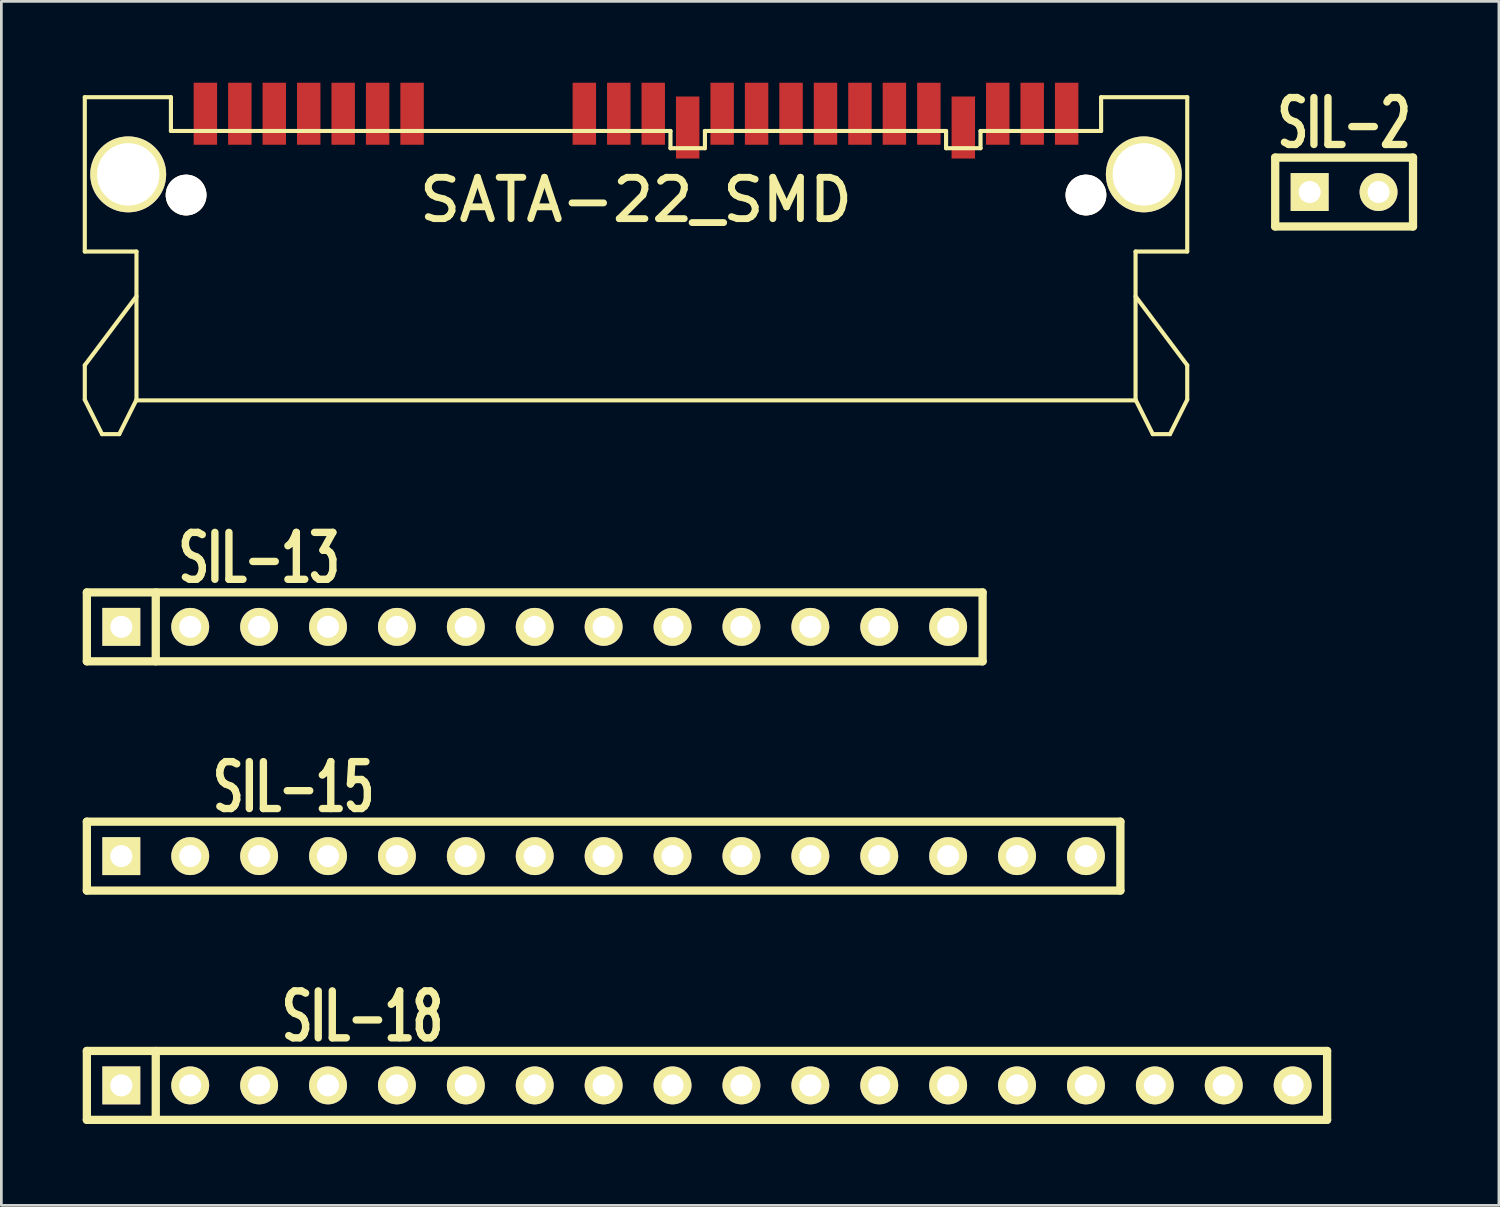
<source format=kicad_pcb>
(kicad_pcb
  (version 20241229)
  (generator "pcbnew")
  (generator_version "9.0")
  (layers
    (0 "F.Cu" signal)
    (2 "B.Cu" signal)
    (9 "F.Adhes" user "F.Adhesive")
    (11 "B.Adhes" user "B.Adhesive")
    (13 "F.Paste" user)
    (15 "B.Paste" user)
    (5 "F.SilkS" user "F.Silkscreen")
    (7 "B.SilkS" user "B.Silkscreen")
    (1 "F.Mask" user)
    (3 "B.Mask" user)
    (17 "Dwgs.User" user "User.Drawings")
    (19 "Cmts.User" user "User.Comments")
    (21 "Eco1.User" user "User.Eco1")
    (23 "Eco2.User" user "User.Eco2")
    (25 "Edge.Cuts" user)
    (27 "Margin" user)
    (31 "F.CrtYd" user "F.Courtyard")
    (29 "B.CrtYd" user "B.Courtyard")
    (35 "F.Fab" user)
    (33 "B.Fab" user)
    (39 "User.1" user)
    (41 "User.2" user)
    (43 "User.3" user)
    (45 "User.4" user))
  (footprint "SIL-2"
    (layer "F.Cu")
    (at 46.499 4.029)
    (property "Reference" "SIL-2" (at 0 -2.54 0) (layer "F.SilkS") (effects (font (size 1.73 1.087) (thickness 0.305))))
    (attr through_hole)
    (fp_line (start -2.54 -1.27) (end 2.54 -1.27) (stroke (width 0.305) (type solid)) (layer "F.SilkS"))
    (fp_line (start -2.54 1.27) (end -2.54 -1.27) (stroke (width 0.305) (type solid)) (layer "F.SilkS"))
    (fp_line (start 2.54 -1.27) (end 2.54 1.27) (stroke (width 0.305) (type solid)) (layer "F.SilkS"))
    (fp_line (start 2.54 1.27) (end -2.54 1.27) (stroke (width 0.305) (type solid)) (layer "F.SilkS"))
    (pad "1" thru_hole rect (at -1.27 0) (size 1.397 1.397) (drill 0.813) (layers "*.Cu" "*.Mask" "F.SilkS"))
    (pad "2" thru_hole circle (at 1.27 0) (size 1.397 1.397) (drill 0.813) (layers "*.Cu" "*.Mask" "F.SilkS")))
  (footprint "SIL-15"
    (layer "F.Cu")
    (at 19.202 28.51)
    (property "Reference" "SIL-15" (at -11.43 -2.54 0) (layer "F.SilkS") (effects (font (size 1.73 1.087) (thickness 0.305))))
    (attr through_hole)
    (fp_line (start -19.05 -1.27) (end 19.05 -1.27) (stroke (width 0.305) (type solid)) (layer "F.SilkS"))
    (fp_line (start -19.05 1.27) (end -19.05 -1.27) (stroke (width 0.305) (type solid)) (layer "F.SilkS"))
    (fp_line (start 19.05 -1.27) (end 19.05 1.27) (stroke (width 0.305) (type solid)) (layer "F.SilkS"))
    (fp_line (start 19.05 1.27) (end -19.05 1.27) (stroke (width 0.305) (type solid)) (layer "F.SilkS"))
    (pad "1" thru_hole rect (at -17.78 0) (size 1.397 1.397) (drill 0.813) (layers "*.Cu" "*.Mask" "F.SilkS"))
    (pad "2" thru_hole circle (at -15.24 0) (size 1.397 1.397) (drill 0.813) (layers "*.Cu" "*.Mask" "F.SilkS"))
    (pad "3" thru_hole circle (at -12.7 0) (size 1.397 1.397) (drill 0.813) (layers "*.Cu" "*.Mask" "F.SilkS"))
    (pad "4" thru_hole circle (at -10.16 0) (size 1.397 1.397) (drill 0.813) (layers "*.Cu" "*.Mask" "F.SilkS"))
    (pad "5" thru_hole circle (at -7.62 0) (size 1.397 1.397) (drill 0.813) (layers "*.Cu" "*.Mask" "F.SilkS"))
    (pad "6" thru_hole circle (at -5.08 0) (size 1.397 1.397) (drill 0.813) (layers "*.Cu" "*.Mask" "F.SilkS"))
    (pad "7" thru_hole circle (at -2.54 0) (size 1.397 1.397) (drill 0.813) (layers "*.Cu" "*.Mask" "F.SilkS"))
    (pad "8" thru_hole circle (at 0 0) (size 1.397 1.397) (drill 0.813) (layers "*.Cu" "*.Mask" "F.SilkS"))
    (pad "9" thru_hole circle (at 2.54 0) (size 1.397 1.397) (drill 0.813) (layers "*.Cu" "*.Mask" "F.SilkS"))
    (pad "10" thru_hole circle (at 5.08 0) (size 1.397 1.397) (drill 0.813) (layers "*.Cu" "*.Mask" "F.SilkS"))
    (pad "11" thru_hole circle (at 7.62 0) (size 1.397 1.397) (drill 0.813) (layers "*.Cu" "*.Mask" "F.SilkS"))
    (pad "12" thru_hole circle (at 10.16 0) (size 1.397 1.397) (drill 0.813) (layers "*.Cu" "*.Mask" "F.SilkS"))
    (pad "13" thru_hole circle (at 12.7 0) (size 1.397 1.397) (drill 0.813) (layers "*.Cu" "*.Mask" "F.SilkS"))
    (pad "14" thru_hole circle (at 15.24 0) (size 1.397 1.397) (drill 0.813) (layers "*.Cu" "*.Mask" "F.SilkS"))
    (pad "15" thru_hole circle (at 17.78 0) (size 1.397 1.397) (drill 0.813) (layers "*.Cu" "*.Mask" "F.SilkS")))
  (footprint "SIL-13"
    (layer "F.Cu")
    (at 16.662 20.059)
    (property "Reference" "SIL-13" (at -10.16 -2.54 0) (layer "F.SilkS") (effects (font (size 1.73 1.087) (thickness 0.305))))
    (attr through_hole)
    (fp_line (start -16.51 -1.27) (end 16.51 -1.27) (stroke (width 0.305) (type solid)) (layer "F.SilkS"))
    (fp_line (start -16.51 1.27) (end -16.51 -1.27) (stroke (width 0.305) (type solid)) (layer "F.SilkS"))
    (fp_line (start -13.97 -1.27) (end -13.97 1.27) (stroke (width 0.305) (type solid)) (layer "F.SilkS"))
    (fp_line (start 16.51 -1.27) (end 16.51 1.27) (stroke (width 0.305) (type solid)) (layer "F.SilkS"))
    (fp_line (start 16.51 1.27) (end -16.51 1.27) (stroke (width 0.305) (type solid)) (layer "F.SilkS"))
    (pad "1" thru_hole rect (at -15.24 0) (size 1.397 1.397) (drill 0.813) (layers "*.Cu" "*.Mask" "F.SilkS"))
    (pad "2" thru_hole circle (at -12.7 0) (size 1.397 1.397) (drill 0.813) (layers "*.Cu" "*.Mask" "F.SilkS"))
    (pad "3" thru_hole circle (at -10.16 0) (size 1.397 1.397) (drill 0.813) (layers "*.Cu" "*.Mask" "F.SilkS"))
    (pad "4" thru_hole circle (at -7.62 0) (size 1.397 1.397) (drill 0.813) (layers "*.Cu" "*.Mask" "F.SilkS"))
    (pad "5" thru_hole circle (at -5.08 0) (size 1.397 1.397) (drill 0.813) (layers "*.Cu" "*.Mask" "F.SilkS"))
    (pad "6" thru_hole circle (at -2.54 0) (size 1.397 1.397) (drill 0.813) (layers "*.Cu" "*.Mask" "F.SilkS"))
    (pad "7" thru_hole circle (at 0 0) (size 1.397 1.397) (drill 0.813) (layers "*.Cu" "*.Mask" "F.SilkS"))
    (pad "8" thru_hole circle (at 2.54 0) (size 1.397 1.397) (drill 0.813) (layers "*.Cu" "*.Mask" "F.SilkS"))
    (pad "9" thru_hole circle (at 5.08 0) (size 1.397 1.397) (drill 0.813) (layers "*.Cu" "*.Mask" "F.SilkS"))
    (pad "10" thru_hole circle (at 7.62 0) (size 1.397 1.397) (drill 0.813) (layers "*.Cu" "*.Mask" "F.SilkS"))
    (pad "11" thru_hole circle (at 10.16 0) (size 1.397 1.397) (drill 0.813) (layers "*.Cu" "*.Mask" "F.SilkS"))
    (pad "12" thru_hole circle (at 12.7 0) (size 1.397 1.397) (drill 0.813) (layers "*.Cu" "*.Mask" "F.SilkS"))
    (pad "13" thru_hole circle (at 15.24 0) (size 1.397 1.397) (drill 0.813) (layers "*.Cu" "*.Mask" "F.SilkS")))
  (footprint "SIL-18"
    (layer "F.Cu")
    (at 23.012 36.962)
    (property "Reference" "SIL-18" (at -12.7 -2.54 0) (layer "F.SilkS") (effects (font (size 1.73 1.087) (thickness 0.305))))
    (attr through_hole)
    (fp_line (start -22.86 -1.27) (end 22.86 -1.27) (stroke (width 0.305) (type solid)) (layer "F.SilkS"))
    (fp_line (start -22.86 1.27) (end -22.86 -1.27) (stroke (width 0.305) (type solid)) (layer "F.SilkS"))
    (fp_line (start -20.32 -1.27) (end -20.32 1.27) (stroke (width 0.305) (type solid)) (layer "F.SilkS"))
    (fp_line (start 22.86 -1.27) (end 22.86 1.27) (stroke (width 0.305) (type solid)) (layer "F.SilkS"))
    (fp_line (start 22.86 1.27) (end -22.86 1.27) (stroke (width 0.305) (type solid)) (layer "F.SilkS"))
    (pad "1" thru_hole rect (at -21.59 0) (size 1.397 1.397) (drill 0.813) (layers "*.Cu" "*.Mask" "F.SilkS"))
    (pad "2" thru_hole circle (at -19.05 0) (size 1.397 1.397) (drill 0.813) (layers "*.Cu" "*.Mask" "F.SilkS"))
    (pad "3" thru_hole circle (at -16.51 0) (size 1.397 1.397) (drill 0.813) (layers "*.Cu" "*.Mask" "F.SilkS"))
    (pad "4" thru_hole circle (at -13.97 0) (size 1.397 1.397) (drill 0.813) (layers "*.Cu" "*.Mask" "F.SilkS"))
    (pad "5" thru_hole circle (at -11.43 0) (size 1.397 1.397) (drill 0.813) (layers "*.Cu" "*.Mask" "F.SilkS"))
    (pad "6" thru_hole circle (at -8.89 0) (size 1.397 1.397) (drill 0.813) (layers "*.Cu" "*.Mask" "F.SilkS"))
    (pad "7" thru_hole circle (at -6.35 0) (size 1.397 1.397) (drill 0.813) (layers "*.Cu" "*.Mask" "F.SilkS"))
    (pad "8" thru_hole circle (at -3.81 0) (size 1.397 1.397) (drill 0.813) (layers "*.Cu" "*.Mask" "F.SilkS"))
    (pad "9" thru_hole circle (at -1.27 0) (size 1.397 1.397) (drill 0.813) (layers "*.Cu" "*.Mask" "F.SilkS"))
    (pad "10" thru_hole circle (at 1.27 0) (size 1.397 1.397) (drill 0.813) (layers "*.Cu" "*.Mask" "F.SilkS"))
    (pad "11" thru_hole circle (at 3.81 0) (size 1.397 1.397) (drill 0.813) (layers "*.Cu" "*.Mask" "F.SilkS"))
    (pad "12" thru_hole circle (at 6.35 0) (size 1.397 1.397) (drill 0.813) (layers "*.Cu" "*.Mask" "F.SilkS"))
    (pad "13" thru_hole circle (at 8.89 0) (size 1.397 1.397) (drill 0.813) (layers "*.Cu" "*.Mask" "F.SilkS"))
    (pad "14" thru_hole circle (at 11.43 0) (size 1.397 1.397) (drill 0.813) (layers "*.Cu" "*.Mask" "F.SilkS"))
    (pad "15" thru_hole circle (at 13.97 0) (size 1.397 1.397) (drill 0.813) (layers "*.Cu" "*.Mask" "F.SilkS"))
    (pad "16" thru_hole circle (at 16.51 0) (size 1.397 1.397) (drill 0.813) (layers "*.Cu" "*.Mask" "F.SilkS"))
    (pad "17" thru_hole circle (at 19.05 0) (size 1.397 1.397) (drill 0.813) (layers "*.Cu" "*.Mask" "F.SilkS"))
    (pad "18" thru_hole circle (at 21.59 0) (size 1.397 1.397) (drill 0.813) (layers "*.Cu" "*.Mask" "F.SilkS")))
  (footprint "SATA-22_SMD"
    (layer "F.Cu")
    (at 20.396 1.143)
    (property "Reference" "SATA-22_SMD" (at 0 3.175 0) (layer "F.SilkS") (effects (font (size 1.524 1.524) (thickness 0.254))))
    (attr through_hole)
    (fp_line (start -20.32 -0.61) (end -20.32 5.08) (stroke (width 0.152) (type solid)) (layer "F.SilkS"))
    (fp_line (start -20.32 5.08) (end -18.415 5.08) (stroke (width 0.152) (type solid)) (layer "F.SilkS"))
    (fp_line (start -20.32 9.271) (end -18.415 6.731) (stroke (width 0.152) (type solid)) (layer "F.SilkS"))
    (fp_line (start -20.32 10.541) (end -20.32 9.271) (stroke (width 0.152) (type solid)) (layer "F.SilkS"))
    (fp_line (start -19.685 11.811) (end -20.32 10.541) (stroke (width 0.152) (type solid)) (layer "F.SilkS"))
    (fp_line (start -19.05 11.811) (end -19.685 11.811) (stroke (width 0.152) (type solid)) (layer "F.SilkS"))
    (fp_line (start -18.415 5.08) (end -18.415 10.566) (stroke (width 0.152) (type solid)) (layer "F.SilkS"))
    (fp_line (start -18.415 10.541) (end -19.05 11.811) (stroke (width 0.152) (type solid)) (layer "F.SilkS"))
    (fp_line (start -18.415 10.566) (end 18.415 10.566) (stroke (width 0.152) (type solid)) (layer "F.SilkS"))
    (fp_line (start -17.145 -0.61) (end -20.32 -0.61) (stroke (width 0.152) (type solid)) (layer "F.SilkS"))
    (fp_line (start -17.145 -0.61) (end -17.145 0.635) (stroke (width 0.152) (type solid)) (layer "F.SilkS"))
    (fp_line (start -17.145 0.635) (end 1.27 0.635) (stroke (width 0.152) (type solid)) (layer "F.SilkS"))
    (fp_line (start 1.27 0.635) (end 1.27 1.27) (stroke (width 0.152) (type solid)) (layer "F.SilkS"))
    (fp_line (start 1.27 1.27) (end 2.54 1.27) (stroke (width 0.152) (type solid)) (layer "F.SilkS"))
    (fp_line (start 2.54 0.635) (end 11.43 0.635) (stroke (width 0.152) (type solid)) (layer "F.SilkS"))
    (fp_line (start 2.54 1.27) (end 2.54 0.635) (stroke (width 0.152) (type solid)) (layer "F.SilkS"))
    (fp_line (start 11.43 0.635) (end 11.43 1.27) (stroke (width 0.152) (type solid)) (layer "F.SilkS"))
    (fp_line (start 11.43 1.27) (end 12.7 1.27) (stroke (width 0.152) (type solid)) (layer "F.SilkS"))
    (fp_line (start 12.7 0.635) (end 17.145 0.635) (stroke (width 0.152) (type solid)) (layer "F.SilkS"))
    (fp_line (start 12.7 1.27) (end 12.7 0.635) (stroke (width 0.152) (type solid)) (layer "F.SilkS"))
    (fp_line (start 17.145 -0.61) (end 17.145 0.635) (stroke (width 0.152) (type solid)) (layer "F.SilkS"))
    (fp_line (start 18.415 5.08) (end 20.32 5.08) (stroke (width 0.152) (type solid)) (layer "F.SilkS"))
    (fp_line (start 18.415 10.541) (end 19.05 11.811) (stroke (width 0.152) (type solid)) (layer "F.SilkS"))
    (fp_line (start 18.415 10.566) (end 18.415 5.08) (stroke (width 0.152) (type solid)) (layer "F.SilkS"))
    (fp_line (start 19.05 11.811) (end 19.685 11.811) (stroke (width 0.152) (type solid)) (layer "F.SilkS"))
    (fp_line (start 19.685 11.811) (end 20.32 10.541) (stroke (width 0.152) (type solid)) (layer "F.SilkS"))
    (fp_line (start 20.32 -0.61) (end 17.145 -0.61) (stroke (width 0.152) (type solid)) (layer "F.SilkS"))
    (fp_line (start 20.32 5.08) (end 20.32 -0.61) (stroke (width 0.152) (type solid)) (layer "F.SilkS"))
    (fp_line (start 20.32 9.271) (end 18.415 6.731) (stroke (width 0.152) (type solid)) (layer "F.SilkS"))
    (fp_line (start 20.32 10.541) (end 20.32 9.271) (stroke (width 0.152) (type solid)) (layer "F.SilkS"))
    (pad "" thru_hole circle (at -18.72 2.235) (size 2.799 2.799) (drill 2.301) (layers "*.Cu" "*.Mask" "F.SilkS"))
    (pad "" thru_hole circle (at -16.586 2.997) (size 1.501 1.501) (drill 1.501) (layers "*.Cu" "*.Mask" "F.SilkS"))
    (pad "" thru_hole circle (at 16.586 2.997) (size 1.501 1.501) (drill 1.501) (layers "*.Cu" "*.Mask" "F.SilkS"))
    (pad "" thru_hole circle (at 18.72 2.235) (size 2.799 2.799) (drill 2.301) (layers "*.Cu" "*.Mask" "F.SilkS"))
    (pad "1" smd rect (at -15.875 0) (size 0.864 2.286) (layers "F.Cu" "F.Mask" "F.Paste"))
    (pad "2" smd rect (at -14.605 0) (size 0.864 2.286) (layers "F.Cu" "F.Mask" "F.Paste"))
    (pad "3" smd rect (at -13.335 0) (size 0.864 2.286) (layers "F.Cu" "F.Mask" "F.Paste"))
    (pad "4" smd rect (at -12.065 0) (size 0.864 2.286) (layers "F.Cu" "F.Mask" "F.Paste"))
    (pad "5" smd rect (at -10.795 0) (size 0.864 2.286) (layers "F.Cu" "F.Mask" "F.Paste"))
    (pad "6" smd rect (at -9.525 0) (size 0.864 2.286) (layers "F.Cu" "F.Mask" "F.Paste"))
    (pad "7" smd rect (at -8.255 0) (size 0.864 2.286) (layers "F.Cu" "F.Mask" "F.Paste"))
    (pad "8" smd rect (at -1.905 0) (size 0.864 2.286) (layers "F.Cu" "F.Mask" "F.Paste"))
    (pad "9" smd rect (at -0.635 0) (size 0.864 2.286) (layers "F.Cu" "F.Mask" "F.Paste"))
    (pad "10" smd rect (at 0.635 0) (size 0.864 2.286) (layers "F.Cu" "F.Mask" "F.Paste"))
    (pad "11" smd rect (at 1.905 0.508) (size 0.864 2.286) (layers "F.Cu" "F.Mask" "F.Paste"))
    (pad "12" smd rect (at 3.175 0) (size 0.864 2.286) (layers "F.Cu" "F.Mask" "F.Paste"))
    (pad "13" smd rect (at 4.445 0) (size 0.864 2.286) (layers "F.Cu" "F.Mask" "F.Paste"))
    (pad "14" smd rect (at 5.715 0) (size 0.864 2.286) (layers "F.Cu" "F.Mask" "F.Paste"))
    (pad "15" smd rect (at 6.985 0) (size 0.864 2.286) (layers "F.Cu" "F.Mask" "F.Paste"))
    (pad "16" smd rect (at 8.255 0) (size 0.864 2.286) (layers "F.Cu" "F.Mask" "F.Paste"))
    (pad "17" smd rect (at 9.525 0) (size 0.864 2.286) (layers "F.Cu" "F.Mask" "F.Paste"))
    (pad "18" smd rect (at 10.795 0) (size 0.864 2.286) (layers "F.Cu" "F.Mask" "F.Paste"))
    (pad "19" smd rect (at 12.065 0.508) (size 0.864 2.286) (layers "F.Cu" "F.Mask" "F.Paste"))
    (pad "20" smd rect (at 13.335 0) (size 0.864 2.286) (layers "F.Cu" "F.Mask" "F.Paste"))
    (pad "21" smd rect (at 14.605 0) (size 0.864 2.286) (layers "F.Cu" "F.Mask" "F.Paste"))
    (pad "22" smd rect (at 15.875 0) (size 0.864 2.286) (layers "F.Cu" "F.Mask" "F.Paste")))
  (gr_rect
    (start -3 -3)
    (end 52.205 41.384)
    (stroke (width 0.1) (type default))
    (fill no)
    (layer "Edge.Cuts")))
</source>
